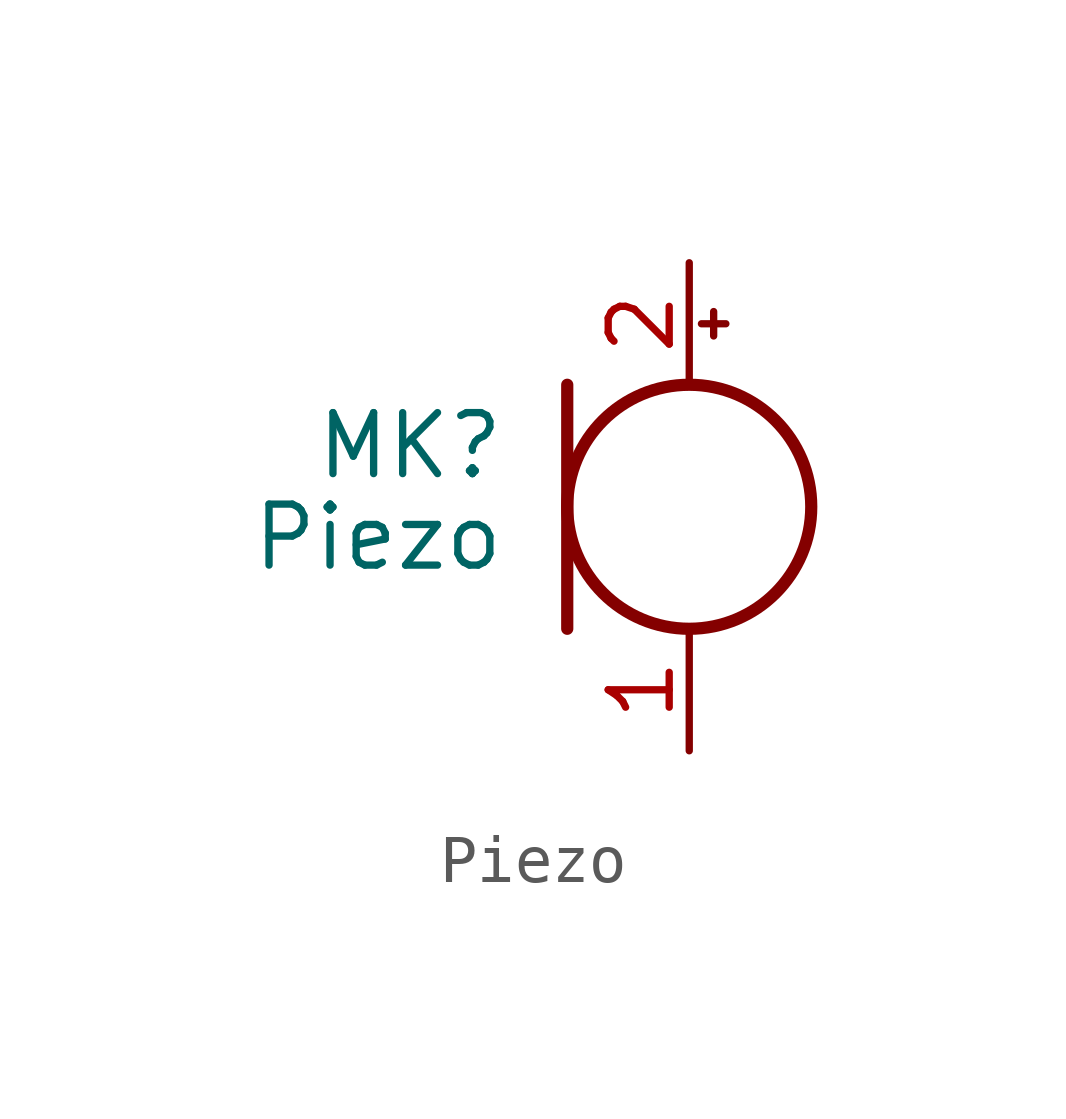
<source format=kicad_sym>
(kicad_symbol_lib
  (version 20211014)
  (generator kicad_symbol_editor)
  (symbol "Piezo"
    (pin_names
      (offset 0.025) hide)
    (property "Reference" "MK"
      (at -3.81 1.27 0)
      (effects (font (size 1.27 1.27)) (justify right)))
    (property "Value" "Piezo"
      (at -3.81 -0.635 0)
      (effects (font (size 1.27 1.27)) (justify right)))
    (symbol "Piezo_0_1"
      (polyline (pts (xy -2.54 2.54) (xy -2.54 -2.54)) (stroke (width 0.254) (type default) (color 0 0 0 0)) (fill (type none)))
      (polyline (pts (xy 0.254 3.81) (xy 0.762 3.81)) (stroke (width 0) (type default) (color 0 0 0 0)) (fill (type none)))
      (polyline (pts (xy 0.508 4.064) (xy 0.508 3.556)) (stroke (width 0) (type default) (color 0 0 0 0)) (fill (type none)))
      (circle (center 0 0) (radius 2.54) (stroke (width 0.254) (type default) (color 0 0 0 0)) (fill (type none))))
    (symbol "Piezo_1_1"
      (pin passive line (at 0 -5.08 90) (length 2.54) (name "-" (effects (font (size 1.27 1.27)))) (number "1" (effects (font (size 1.27 1.27)))))
      (pin passive line (at 0 5.08 270) (length 2.54) (name "+" (effects (font (size 1.27 1.27)))) (number "2" (effects (font (size 1.27 1.27))))))))
</source>
